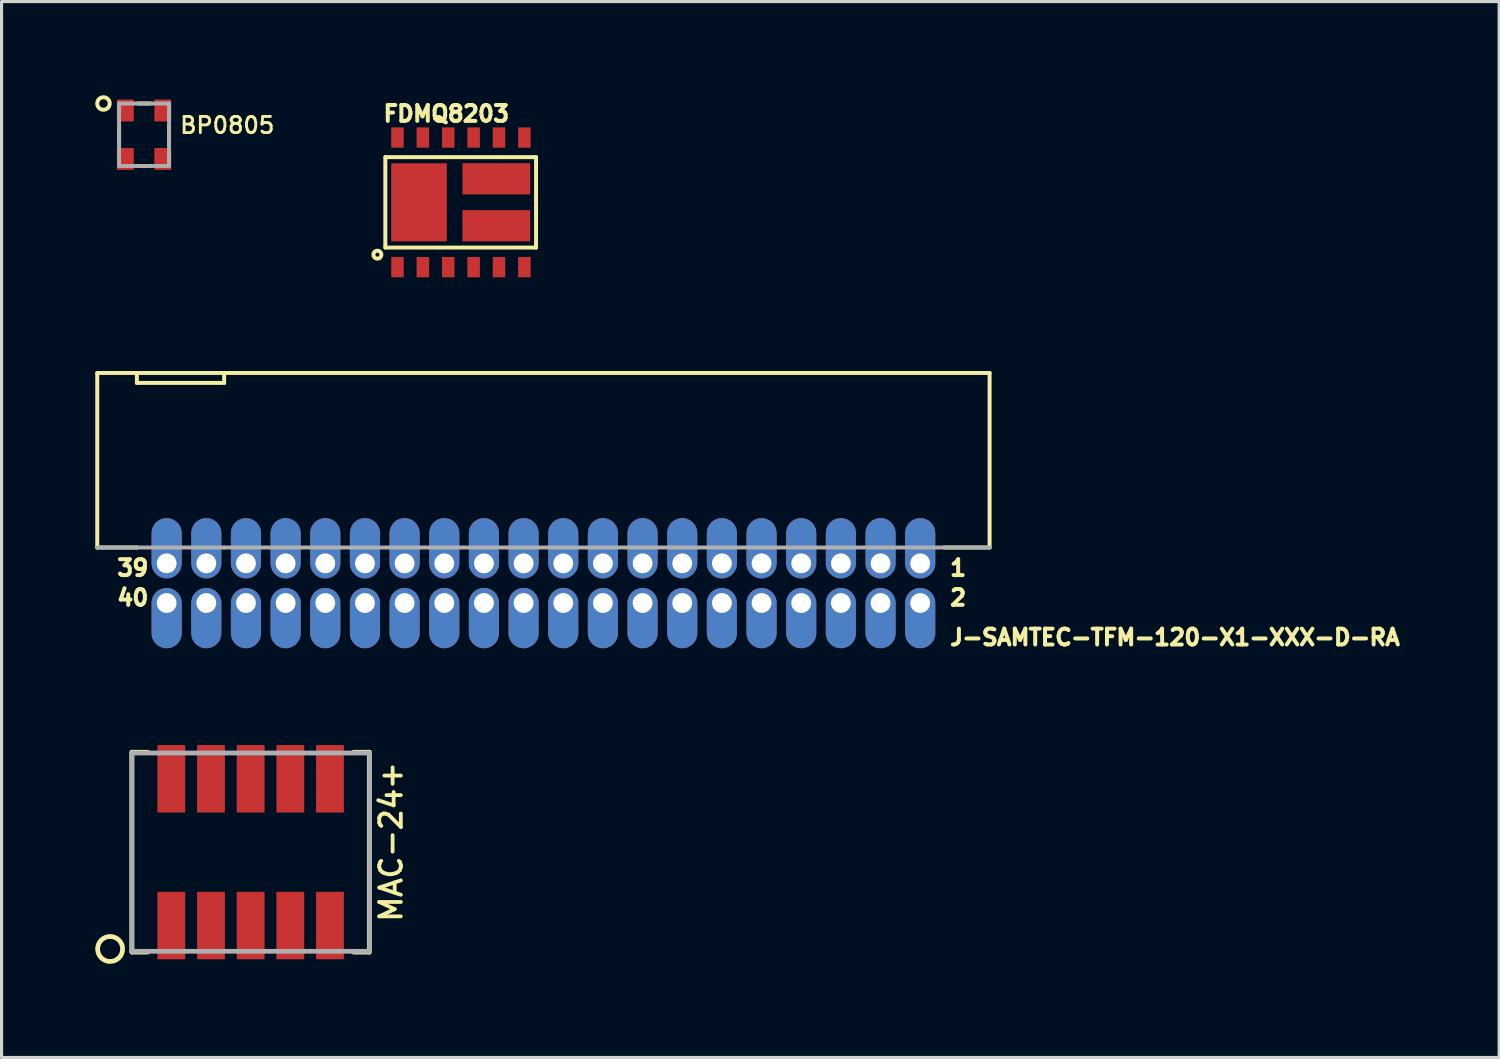
<source format=kicad_pcb>
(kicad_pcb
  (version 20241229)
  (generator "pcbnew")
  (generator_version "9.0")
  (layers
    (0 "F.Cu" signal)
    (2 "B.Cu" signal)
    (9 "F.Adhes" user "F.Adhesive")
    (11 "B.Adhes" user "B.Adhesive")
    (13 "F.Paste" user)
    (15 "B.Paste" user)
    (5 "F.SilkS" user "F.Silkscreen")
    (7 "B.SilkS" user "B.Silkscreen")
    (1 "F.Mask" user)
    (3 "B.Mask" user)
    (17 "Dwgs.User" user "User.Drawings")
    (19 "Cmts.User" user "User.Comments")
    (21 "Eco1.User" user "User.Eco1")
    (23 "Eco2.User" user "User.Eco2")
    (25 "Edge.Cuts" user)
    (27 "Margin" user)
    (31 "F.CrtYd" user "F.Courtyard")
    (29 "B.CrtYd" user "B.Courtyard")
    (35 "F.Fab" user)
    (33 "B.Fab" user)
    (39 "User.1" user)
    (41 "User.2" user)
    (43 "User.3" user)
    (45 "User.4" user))
  (footprint "MAC-24+"
    (layer "F.Cu")
    (at 4.976 24.237)
    (property "Reference" "MAC-24+" (at 4.9 2.3 90) (layer "F.SilkS") (effects (font (size 0.691 0.691) (thickness 0.122)) (justify left bottom)))
    (fp_line (start -3.8 -3.2) (end -3.8 3.2) (stroke (width 0.152) (type solid)) (layer "F.SilkS"))
    (fp_line (start -3.8 3.2) (end -3.3 3.2) (stroke (width 0.152) (type solid)) (layer "F.SilkS"))
    (fp_line (start -3.3 -3.2) (end -3.8 -3.2) (stroke (width 0.152) (type solid)) (layer "F.SilkS"))
    (fp_line (start 3.3 -3.2) (end 3.8 -3.2) (stroke (width 0.152) (type solid)) (layer "F.SilkS"))
    (fp_line (start 3.8 -3.2) (end 3.8 3.2) (stroke (width 0.152) (type solid)) (layer "F.SilkS"))
    (fp_line (start 3.8 3.2) (end 3.3 3.2) (stroke (width 0.152) (type solid)) (layer "F.SilkS"))
    (fp_circle (center -4.5 3.1) (end -4.1 3.1) (stroke (width 0.152) (type solid)) (fill no) (layer "F.SilkS"))
    (fp_poly (pts (xy -2.85 -1.4) (xy -2.2 -1.4) (xy -2.2 -3.35) (xy -2.85 -3.35)) (stroke (width 0) (type solid)) (fill yes) (layer "F.Paste"))
    (fp_poly (pts (xy -2.23 1.4) (xy -2.88 1.4) (xy -2.88 3.35) (xy -2.23 3.35)) (stroke (width 0) (type solid)) (fill yes) (layer "F.Paste"))
    (fp_poly (pts (xy -1.58 -1.4) (xy -0.93 -1.4) (xy -0.93 -3.35) (xy -1.58 -3.35)) (stroke (width 0) (type solid)) (fill yes) (layer "F.Paste"))
    (fp_poly (pts (xy -0.96 1.4) (xy -1.61 1.4) (xy -1.61 3.35) (xy -0.96 3.35)) (stroke (width 0) (type solid)) (fill yes) (layer "F.Paste"))
    (fp_poly (pts (xy -0.31 -1.4) (xy 0.34 -1.4) (xy 0.34 -3.35) (xy -0.31 -3.35)) (stroke (width 0) (type solid)) (fill yes) (layer "F.Paste"))
    (fp_poly (pts (xy 0.31 1.4) (xy -0.34 1.4) (xy -0.34 3.35) (xy 0.31 3.35)) (stroke (width 0) (type solid)) (fill yes) (layer "F.Paste"))
    (fp_poly (pts (xy 0.96 -1.4) (xy 1.61 -1.4) (xy 1.61 -3.35) (xy 0.96 -3.35)) (stroke (width 0) (type solid)) (fill yes) (layer "F.Paste"))
    (fp_poly (pts (xy 1.58 1.4) (xy 0.93 1.4) (xy 0.93 3.35) (xy 1.58 3.35)) (stroke (width 0) (type solid)) (fill yes) (layer "F.Paste"))
    (fp_poly (pts (xy 2.23 -1.4) (xy 2.88 -1.4) (xy 2.88 -3.35) (xy 2.23 -3.35)) (stroke (width 0) (type solid)) (fill yes) (layer "F.Paste"))
    (fp_poly (pts (xy 2.85 1.4) (xy 2.2 1.4) (xy 2.2 3.35) (xy 2.85 3.35)) (stroke (width 0) (type solid)) (fill yes) (layer "F.Paste"))
    (fp_line (start -3.81 -3.175) (end 3.81 -3.175) (stroke (width 0.152) (type solid)) (layer "F.Fab"))
    (fp_line (start -3.81 3.175) (end -3.81 -3.175) (stroke (width 0.152) (type solid)) (layer "F.Fab"))
    (fp_line (start 3.81 -3.175) (end 3.81 3.175) (stroke (width 0.152) (type solid)) (layer "F.Fab"))
    (fp_line (start 3.81 3.175) (end -3.81 3.175) (stroke (width 0.152) (type solid)) (layer "F.Fab"))
    (pad "1" smd rect (at -2.54 2.35) (size 0.89 2.16) (layers "F.Cu" "F.Mask"))
    (pad "2" smd rect (at -1.27 2.35) (size 0.89 2.16) (layers "F.Cu" "F.Mask"))
    (pad "3" smd rect (at 0 2.35) (size 0.89 2.16) (layers "F.Cu" "F.Mask"))
    (pad "4" smd rect (at 1.27 2.35) (size 0.89 2.16) (layers "F.Cu" "F.Mask"))
    (pad "5" smd rect (at 2.54 2.35) (size 0.89 2.16) (layers "F.Cu" "F.Mask"))
    (pad "6" smd rect (at 2.54 -2.35 180) (size 0.89 2.16) (layers "F.Cu" "F.Mask"))
    (pad "7" smd rect (at 1.27 -2.35 180) (size 0.89 2.16) (layers "F.Cu" "F.Mask"))
    (pad "8" smd rect (at 0 -2.35 180) (size 0.89 2.16) (layers "F.Cu" "F.Mask"))
    (pad "9" smd rect (at -1.27 -2.35 180) (size 0.89 2.16) (layers "F.Cu" "F.Mask"))
    (pad "10" smd rect (at -2.54 -2.35 180) (size 0.89 2.16) (layers "F.Cu" "F.Mask")))
  (footprint "BP0805"
    (layer "F.Cu")
    (at 1.563 1.264)
    (property "Reference" "BP0805" (at 1.1 0 0) (layer "F.SilkS") (effects (font (size 0.518 0.518) (thickness 0.091)) (justify left bottom)))
    (fp_line (start -0.8 -0.3) (end -0.8 0.3) (stroke (width 0.127) (type solid)) (layer "F.SilkS"))
    (fp_line (start -0.2 -1) (end 0.2 -1) (stroke (width 0.127) (type solid)) (layer "F.SilkS"))
    (fp_line (start -0.2 1) (end 0.2 1) (stroke (width 0.127) (type solid)) (layer "F.SilkS"))
    (fp_line (start 0.8 -0.3) (end 0.8 0.3) (stroke (width 0.127) (type solid)) (layer "F.SilkS"))
    (fp_circle (center -1.3 -1) (end -1.1 -1) (stroke (width 0.127) (type solid)) (fill no) (layer "F.SilkS"))
    (fp_poly (pts (xy -0.82 -0.52) (xy -0.42 -0.52) (xy -0.42 -1.02) (xy -0.82 -1.02)) (stroke (width 0) (type solid)) (fill yes) (layer "F.Paste"))
    (fp_poly (pts (xy -0.42 0.52) (xy -0.82 0.52) (xy -0.82 1.02) (xy -0.42 1.02)) (stroke (width 0) (type solid)) (fill yes) (layer "F.Paste"))
    (fp_poly (pts (xy 0.42 -0.52) (xy 0.82 -0.52) (xy 0.82 -1.02) (xy 0.42 -1.02)) (stroke (width 0) (type solid)) (fill yes) (layer "F.Paste"))
    (fp_poly (pts (xy 0.82 0.52) (xy 0.42 0.52) (xy 0.42 1.02) (xy 0.82 1.02)) (stroke (width 0) (type solid)) (fill yes) (layer "F.Paste"))
    (fp_line (start -0.8 -1) (end -0.8 1) (stroke (width 0.127) (type solid)) (layer "F.Fab"))
    (fp_line (start -0.8 1) (end 0.8 1) (stroke (width 0.127) (type solid)) (layer "F.Fab"))
    (fp_line (start 0.8 -1) (end -0.8 -1) (stroke (width 0.127) (type solid)) (layer "F.Fab"))
    (fp_line (start 0.8 1) (end 0.8 -1) (stroke (width 0.127) (type solid)) (layer "F.Fab"))
    (pad "1" smd rect (at -0.6 -0.775 180) (size 0.54 0.7) (layers "F.Cu" "F.Mask"))
    (pad "2" smd rect (at -0.6 0.775) (size 0.54 0.7) (layers "F.Cu" "F.Mask"))
    (pad "3" smd rect (at 0.6 0.775) (size 0.54 0.7) (layers "F.Cu" "F.Mask"))
    (pad "4" smd rect (at 0.6 -0.775 180) (size 0.54 0.7) (layers "F.Cu" "F.Mask")))
  (footprint "FDMQ8203"
    (layer "F.Cu")
    (at 11.702 3.429)
    (property "Reference" "FDMQ8203" (at -2.54 -2.54 0) (layer "F.SilkS") (effects (font (size 0.508 0.508) (thickness 0.127)) (justify left bottom)))
    (fp_line (start -2.413 -1.448) (end -2.413 1.448) (stroke (width 0.127) (type solid)) (layer "F.SilkS"))
    (fp_line (start -2.413 1.448) (end 2.413 1.448) (stroke (width 0.127) (type solid)) (layer "F.SilkS"))
    (fp_line (start 2.413 -1.448) (end -2.413 -1.448) (stroke (width 0.127) (type solid)) (layer "F.SilkS"))
    (fp_line (start 2.413 1.448) (end 2.413 -1.448) (stroke (width 0.127) (type solid)) (layer "F.SilkS"))
    (fp_circle (center -2.667 1.676) (end -2.54 1.676) (stroke (width 0.127) (type solid)) (fill no) (layer "F.SilkS"))
    (fp_poly (pts (xy -2.1 -0.3) (xy -0.6 -0.3) (xy -0.6 -1.1) (xy -2.1 -1.1)) (stroke (width 0) (type solid)) (fill yes) (layer "F.Paste"))
    (fp_poly (pts (xy -2.1 1.1) (xy -0.6 1.1) (xy -0.6 0.3) (xy -2.1 0.3)) (stroke (width 0) (type solid)) (fill yes) (layer "F.Paste"))
    (fp_poly (pts (xy 0.3 -0.4) (xy 2 -0.4) (xy 2 -1.1) (xy 0.3 -1.1)) (stroke (width 0) (type solid)) (fill yes) (layer "F.Paste"))
    (fp_poly (pts (xy 0.3 1.1) (xy 2 1.1) (xy 2 0.4) (xy 0.3 0.4)) (stroke (width 0) (type solid)) (fill yes) (layer "F.Paste"))
    (pad "1" smd rect (at -2.024 2.075 90) (size 0.65 0.4) (layers "F.Cu" "F.Mask" "F.Paste"))
    (pad "2" smd rect (at -1.212 2.075 90) (size 0.65 0.4) (layers "F.Cu" "F.Mask" "F.Paste"))
    (pad "3" smd rect (at -0.399 2.075 90) (size 0.65 0.4) (layers "F.Cu" "F.Mask" "F.Paste"))
    (pad "4" smd rect (at 0.414 2.075 90) (size 0.65 0.4) (layers "F.Cu" "F.Mask" "F.Paste"))
    (pad "5" smd rect (at 1.227 2.075 90) (size 0.65 0.4) (layers "F.Cu" "F.Mask" "F.Paste"))
    (pad "6" smd rect (at 2.04 2.075 90) (size 0.65 0.4) (layers "F.Cu" "F.Mask" "F.Paste"))
    (pad "7" smd rect (at 2.039 -2.075 270) (size 0.65 0.4) (layers "F.Cu" "F.Mask" "F.Paste"))
    (pad "8" smd rect (at 1.227 -2.075 270) (size 0.65 0.4) (layers "F.Cu" "F.Mask" "F.Paste"))
    (pad "9" smd rect (at 0.414 -2.075 270) (size 0.65 0.4) (layers "F.Cu" "F.Mask" "F.Paste"))
    (pad "10" smd rect (at -0.399 -2.075 270) (size 0.65 0.4) (layers "F.Cu" "F.Mask" "F.Paste"))
    (pad "11" smd rect (at -1.212 -2.075 270) (size 0.65 0.4) (layers "F.Cu" "F.Mask" "F.Paste"))
    (pad "12" smd rect (at -2.025 -2.075 270) (size 0.65 0.4) (layers "F.Cu" "F.Mask" "F.Paste"))
    (pad "13" smd rect (at -1.334 0) (size 1.78 2.5) (layers "F.Cu" "F.Mask"))
    (pad "14" smd rect (at 1.14 0.75) (size 2.17 1) (layers "F.Cu" "F.Mask"))
    (pad "15" smd rect (at 1.141 -0.753) (size 2.17 1) (layers "F.Cu" "F.Mask")))
  (footprint "J-SAMTEC-TFM-120-X1-XXX-D-RA"
    (layer "F.Cu")
    (at 14.351 15.624)
    (property "Reference" "J-SAMTEC-TFM-120-X1-XXX-D-RA" (at 12.954 2.032 0) (layer "F.SilkS") (effects (font (size 0.508 0.508) (thickness 0.127)) (justify left bottom)))
    (fp_line (start -14.287 -6.731) (end -13.018 -6.731) (stroke (width 0.127) (type solid)) (layer "F.SilkS"))
    (fp_line (start -14.287 -1.143) (end -14.287 -6.731) (stroke (width 0.127) (type solid)) (layer "F.SilkS"))
    (fp_line (start -14.287 -1.143) (end -13.018 -1.143) (stroke (width 0.127) (type solid)) (layer "F.SilkS"))
    (fp_line (start -13.018 -6.731) (end -13.018 -6.413) (stroke (width 0.127) (type solid)) (layer "F.SilkS"))
    (fp_line (start -13.018 -6.731) (end -10.223 -6.731) (stroke (width 0.127) (type solid)) (layer "F.SilkS"))
    (fp_line (start -13.018 -6.413) (end -10.223 -6.413) (stroke (width 0.127) (type solid)) (layer "F.SilkS"))
    (fp_line (start -10.223 -6.731) (end 14.287 -6.731) (stroke (width 0.127) (type solid)) (layer "F.SilkS"))
    (fp_line (start -10.223 -6.413) (end -10.223 -6.731) (stroke (width 0.127) (type solid)) (layer "F.SilkS"))
    (fp_line (start 12.827 -1.143) (end 14.287 -1.143) (stroke (width 0.127) (type solid)) (layer "F.SilkS"))
    (fp_line (start 14.287 -6.731) (end 14.287 -1.143) (stroke (width 0.127) (type solid)) (layer "F.SilkS"))
    (fp_line (start -14.287 -1.143) (end -13.018 -1.143) (stroke (width 0.127) (type solid)) (layer "F.Fab"))
    (fp_line (start -13.018 -1.143) (end -10.223 -1.143) (stroke (width 0.127) (type solid)) (layer "F.Fab"))
    (fp_line (start -10.223 -1.143) (end 14.287 -1.143) (stroke (width 0.127) (type solid)) (layer "F.Fab"))
    (fp_text user "40" (at -13.716 0.762 0) (layer "F.SilkS") (effects (font (size 0.508 0.508) (thickness 0.127)) (justify left bottom)))
    (fp_text user "1" (at 12.954 -0.191 0) (layer "F.SilkS") (effects (font (size 0.508 0.508) (thickness 0.127)) (justify left bottom)))
    (fp_text user "39" (at -13.716 -0.191 0) (layer "F.SilkS") (effects (font (size 0.508 0.508) (thickness 0.127)) (justify left bottom)))
    (fp_text user "2" (at 12.954 0.762 0) (layer "F.SilkS") (effects (font (size 0.508 0.508) (thickness 0.127)) (justify left bottom)))
    (pad "1" thru_hole oval (at 12.065 -0.635 90) (size 1.93 0.965) (drill 0.635 (offset 0.483 0)) (layers "*.Cu" "*.Mask"))
    (pad "2" thru_hole oval (at 12.065 0.635 270) (size 1.93 0.965) (drill 0.635 (offset 0.483 0)) (layers "*.Cu" "*.Mask"))
    (pad "3" thru_hole oval (at 10.795 -0.635 90) (size 1.93 0.965) (drill 0.635 (offset 0.483 0)) (layers "*.Cu" "*.Mask"))
    (pad "4" thru_hole oval (at 10.795 0.635 270) (size 1.93 0.965) (drill 0.635 (offset 0.483 0)) (layers "*.Cu" "*.Mask"))
    (pad "5" thru_hole oval (at 9.525 -0.635 90) (size 1.93 0.965) (drill 0.635 (offset 0.483 0)) (layers "*.Cu" "*.Mask"))
    (pad "6" thru_hole oval (at 9.525 0.635 270) (size 1.93 0.965) (drill 0.635 (offset 0.483 0)) (layers "*.Cu" "*.Mask"))
    (pad "7" thru_hole oval (at 8.255 -0.635 90) (size 1.93 0.965) (drill 0.635 (offset 0.483 0)) (layers "*.Cu" "*.Mask"))
    (pad "8" thru_hole oval (at 8.255 0.635 270) (size 1.93 0.965) (drill 0.635 (offset 0.483 0)) (layers "*.Cu" "*.Mask"))
    (pad "9" thru_hole oval (at 6.985 -0.635 90) (size 1.93 0.965) (drill 0.635 (offset 0.483 0)) (layers "*.Cu" "*.Mask"))
    (pad "10" thru_hole oval (at 6.985 0.635 270) (size 1.93 0.965) (drill 0.635 (offset 0.483 0)) (layers "*.Cu" "*.Mask"))
    (pad "11" thru_hole oval (at 5.715 -0.635 90) (size 1.93 0.965) (drill 0.635 (offset 0.483 0)) (layers "*.Cu" "*.Mask"))
    (pad "12" thru_hole oval (at 5.715 0.635 270) (size 1.93 0.965) (drill 0.635 (offset 0.483 0)) (layers "*.Cu" "*.Mask"))
    (pad "13" thru_hole oval (at 4.445 -0.635 90) (size 1.93 0.965) (drill 0.635 (offset 0.483 0)) (layers "*.Cu" "*.Mask"))
    (pad "14" thru_hole oval (at 4.445 0.635 270) (size 1.93 0.965) (drill 0.635 (offset 0.483 0)) (layers "*.Cu" "*.Mask"))
    (pad "15" thru_hole oval (at 3.175 -0.635 90) (size 1.93 0.965) (drill 0.635 (offset 0.483 0)) (layers "*.Cu" "*.Mask"))
    (pad "16" thru_hole oval (at 3.175 0.635 270) (size 1.93 0.965) (drill 0.635 (offset 0.483 0)) (layers "*.Cu" "*.Mask"))
    (pad "17" thru_hole oval (at 1.905 -0.635 90) (size 1.93 0.965) (drill 0.635 (offset 0.483 0)) (layers "*.Cu" "*.Mask"))
    (pad "18" thru_hole oval (at 1.905 0.635 270) (size 1.93 0.965) (drill 0.635 (offset 0.483 0)) (layers "*.Cu" "*.Mask"))
    (pad "19" thru_hole oval (at 0.635 -0.635 90) (size 1.93 0.965) (drill 0.635 (offset 0.483 0)) (layers "*.Cu" "*.Mask"))
    (pad "20" thru_hole oval (at 0.635 0.635 270) (size 1.93 0.965) (drill 0.635 (offset 0.483 0)) (layers "*.Cu" "*.Mask"))
    (pad "21" thru_hole oval (at -0.635 -0.635 90) (size 1.93 0.965) (drill 0.635 (offset 0.483 0)) (layers "*.Cu" "*.Mask"))
    (pad "22" thru_hole oval (at -0.635 0.635 270) (size 1.93 0.965) (drill 0.635 (offset 0.483 0)) (layers "*.Cu" "*.Mask"))
    (pad "23" thru_hole oval (at -1.905 -0.635 90) (size 1.93 0.965) (drill 0.635 (offset 0.483 0)) (layers "*.Cu" "*.Mask"))
    (pad "24" thru_hole oval (at -1.905 0.635 270) (size 1.93 0.965) (drill 0.635 (offset 0.483 0)) (layers "*.Cu" "*.Mask"))
    (pad "25" thru_hole oval (at -3.175 -0.635 90) (size 1.93 0.965) (drill 0.635 (offset 0.483 0)) (layers "*.Cu" "*.Mask"))
    (pad "26" thru_hole oval (at -3.175 0.635 270) (size 1.93 0.965) (drill 0.635 (offset 0.483 0)) (layers "*.Cu" "*.Mask"))
    (pad "27" thru_hole oval (at -4.445 -0.635 90) (size 1.93 0.965) (drill 0.635 (offset 0.483 0)) (layers "*.Cu" "*.Mask"))
    (pad "28" thru_hole oval (at -4.445 0.635 270) (size 1.93 0.965) (drill 0.635 (offset 0.483 0)) (layers "*.Cu" "*.Mask"))
    (pad "29" thru_hole oval (at -5.715 -0.635 90) (size 1.93 0.965) (drill 0.635 (offset 0.483 0)) (layers "*.Cu" "*.Mask"))
    (pad "30" thru_hole oval (at -5.715 0.635 270) (size 1.93 0.965) (drill 0.635 (offset 0.483 0)) (layers "*.Cu" "*.Mask"))
    (pad "31" thru_hole oval (at -6.985 -0.635 90) (size 1.93 0.965) (drill 0.635 (offset 0.483 0)) (layers "*.Cu" "*.Mask"))
    (pad "32" thru_hole oval (at -6.985 0.635 270) (size 1.93 0.965) (drill 0.635 (offset 0.483 0)) (layers "*.Cu" "*.Mask"))
    (pad "33" thru_hole oval (at -8.255 -0.635 90) (size 1.93 0.965) (drill 0.635 (offset 0.483 0)) (layers "*.Cu" "*.Mask"))
    (pad "34" thru_hole oval (at -8.255 0.635 270) (size 1.93 0.965) (drill 0.635 (offset 0.483 0)) (layers "*.Cu" "*.Mask"))
    (pad "35" thru_hole oval (at -9.525 -0.635 90) (size 1.93 0.965) (drill 0.635 (offset 0.483 0)) (layers "*.Cu" "*.Mask"))
    (pad "36" thru_hole oval (at -9.525 0.635 270) (size 1.93 0.965) (drill 0.635 (offset 0.483 0)) (layers "*.Cu" "*.Mask"))
    (pad "37" thru_hole oval (at -10.795 -0.635 90) (size 1.93 0.965) (drill 0.635 (offset 0.483 0)) (layers "*.Cu" "*.Mask"))
    (pad "38" thru_hole oval (at -10.795 0.635 270) (size 1.93 0.965) (drill 0.635 (offset 0.483 0)) (layers "*.Cu" "*.Mask"))
    (pad "39" thru_hole oval (at -12.065 -0.635 90) (size 1.93 0.965) (drill 0.635 (offset 0.483 0)) (layers "*.Cu" "*.Mask"))
    (pad "40" thru_hole oval (at -12.065 0.635 270) (size 1.93 0.965) (drill 0.635 (offset 0.483 0)) (layers "*.Cu" "*.Mask")))
  (gr_rect
    (start -3 -3)
    (end 44.954 30.813)
    (stroke (width 0.1) (type default))
    (fill no)
    (layer "Edge.Cuts")))
</source>
